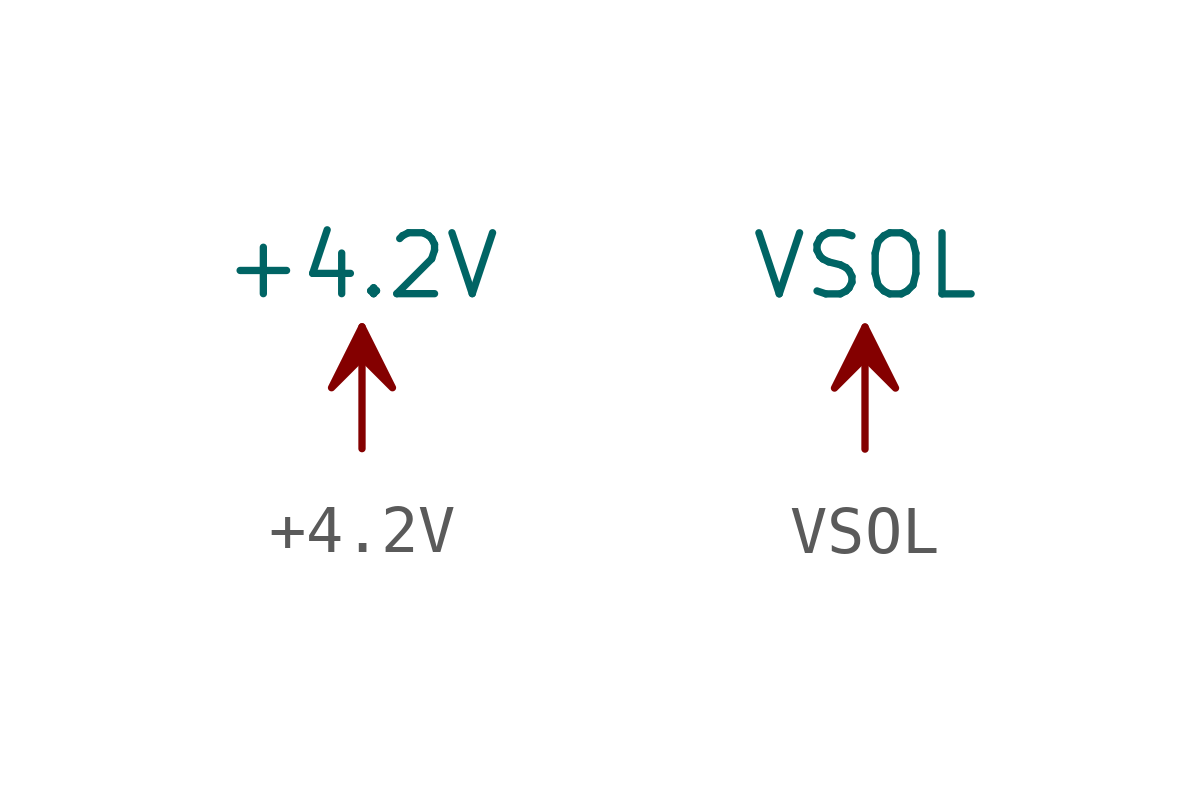
<source format=kicad_sym>
(kicad_symbol_lib
  (version 20220914)
  (generator kicad_symbol_editor)
  (symbol "+4.2V"
    (power)
    (property "Reference" "#PWR"
      (at 0 0 0)
      (effects (font (size 1.27 1.27)) hide))
    (property "Value" "+4.2V"
      (at 0 3.81 0)
      (effects (font (size 1.27 1.27))))
    (symbol "+4.2V_0_1"
      (polyline (pts (xy 0 0) (xy 0 2.54)) (stroke (width 0) (type default)) (fill (type none))))
    (symbol "+4.2V_1_1"
      (polyline (pts (xy 0 2.54) (xy -0.635 1.27) (xy 0 1.905) (xy 0.635 1.27) (xy 0 2.54)) (stroke (width 0) (type default)) (fill (type outline)))
      (pin power_in line (at 0 0 90) (length 0) hide (name "+4.2V" (effects (font (size 1.27 1.27)))) (number "1" (effects (font (size 1.27 1.27)))))))
  (symbol "VSOL"
    (power)
    (property "Reference" "#PWR"
      (at 0 0 0)
      (effects (font (size 1.27 1.27)) hide))
    (property "Value" "VSOL"
      (at 0 3.81 0)
      (effects (font (size 1.27 1.27))))
    (symbol "VSOL_0_1"
      (polyline (pts (xy 0 0) (xy 0 2.54)) (stroke (width 0) (type default)) (fill (type none))))
    (symbol "VSOL_1_1"
      (polyline (pts (xy 0 2.54) (xy -0.635 1.27) (xy 0 1.905) (xy 0.635 1.27) (xy 0 2.54)) (stroke (width 0) (type default)) (fill (type outline)))
      (pin power_in line (at 0 0 90) (length 0) hide (name "VSOL" (effects (font (size 1.27 1.27)))) (number "1" (effects (font (size 1.27 1.27))))))))
</source>
